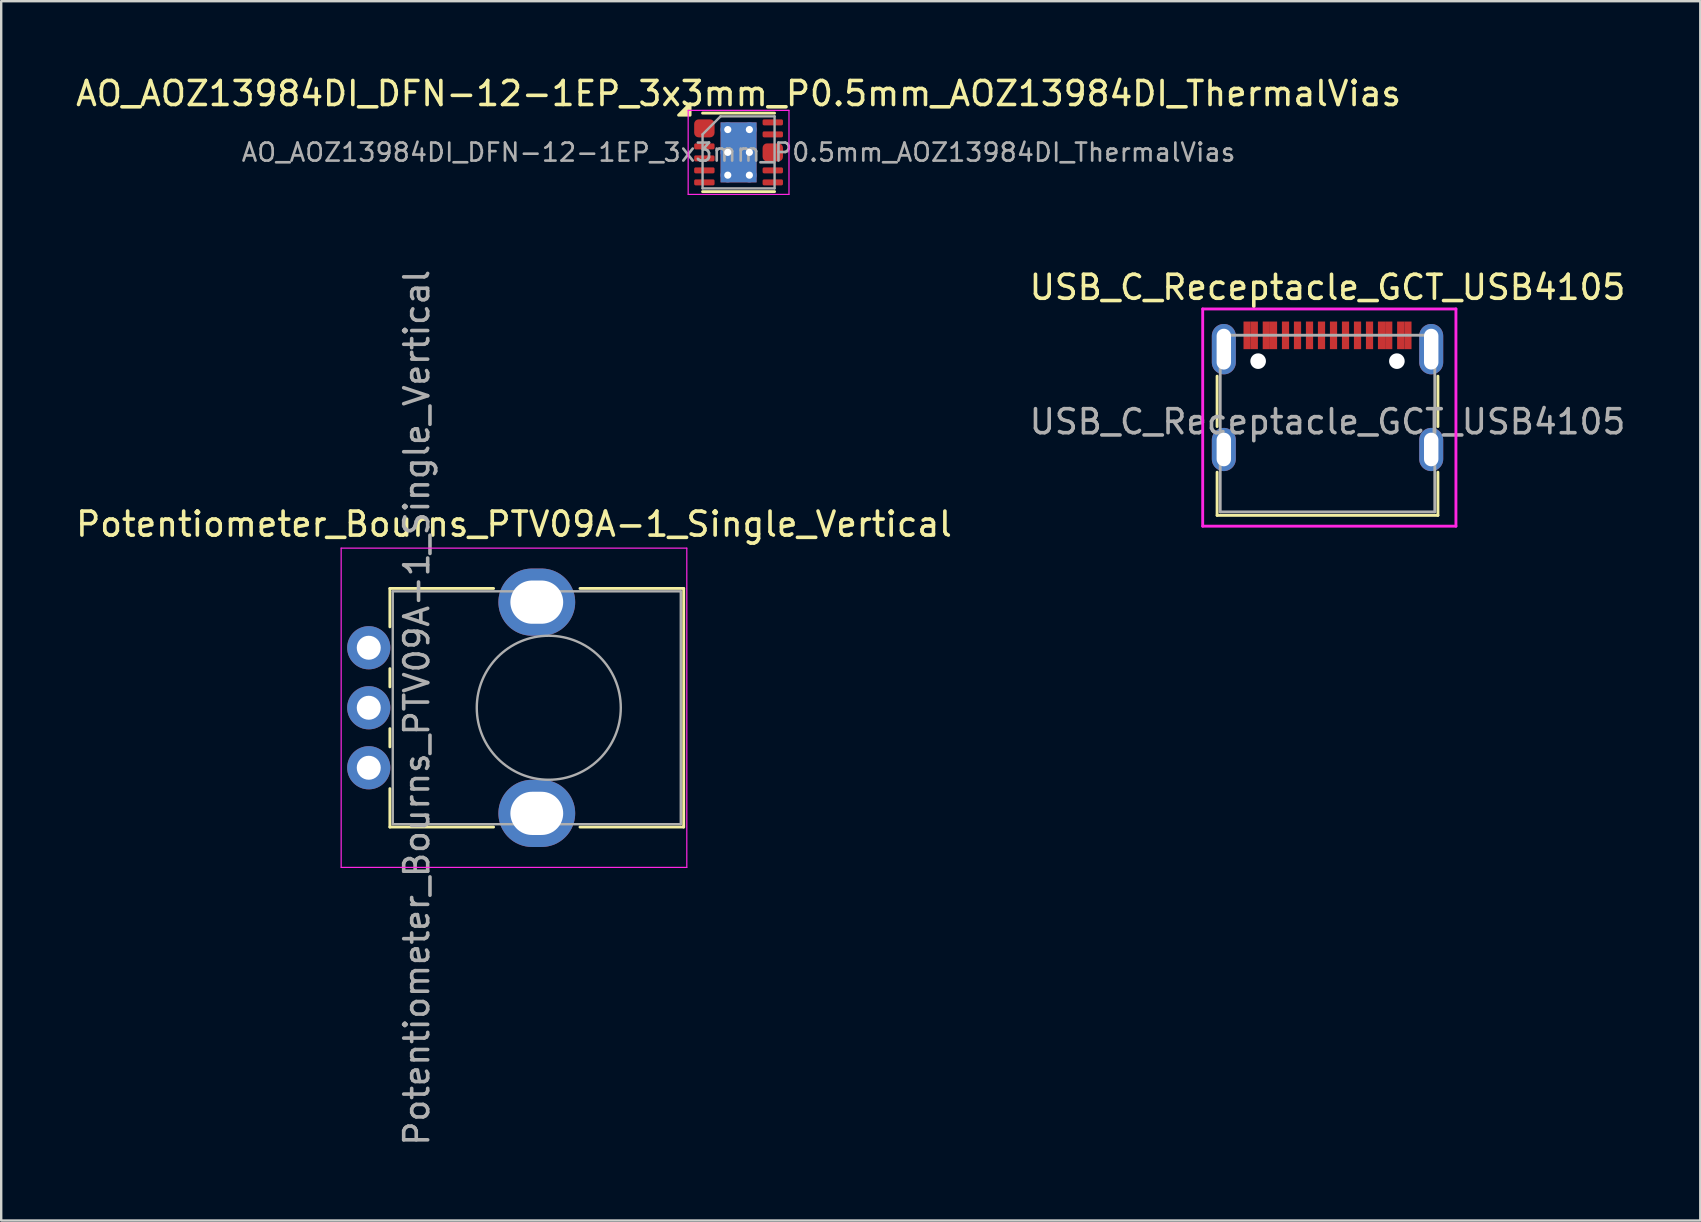
<source format=kicad_pcb>
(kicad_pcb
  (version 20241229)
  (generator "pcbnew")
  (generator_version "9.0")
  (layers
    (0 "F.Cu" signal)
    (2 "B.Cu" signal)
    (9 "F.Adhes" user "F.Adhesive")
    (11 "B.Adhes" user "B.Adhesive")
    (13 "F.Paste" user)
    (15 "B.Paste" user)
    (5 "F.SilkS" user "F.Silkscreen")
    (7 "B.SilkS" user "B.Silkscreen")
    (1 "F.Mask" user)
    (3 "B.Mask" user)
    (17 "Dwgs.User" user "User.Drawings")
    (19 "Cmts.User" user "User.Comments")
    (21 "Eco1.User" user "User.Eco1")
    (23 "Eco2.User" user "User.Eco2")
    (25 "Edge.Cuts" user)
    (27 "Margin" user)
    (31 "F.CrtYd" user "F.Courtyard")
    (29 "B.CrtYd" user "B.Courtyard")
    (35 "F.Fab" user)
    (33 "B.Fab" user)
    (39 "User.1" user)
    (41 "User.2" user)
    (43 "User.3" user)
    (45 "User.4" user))
  (footprint "USB_C_Receptacle_GCT_USB4105"
    (layer "F.Cu")
    (at 52.256 10.921)
    (property "Reference" "USB_C_Receptacle_GCT_USB4105" (at 0 3.6 0) (layer "F.Fab") (effects (font (size 1 1) (thickness 0.15))))
    (attr through_hole)
    (fp_line (start -4.6 1.7) (end -4.6 3.8) (stroke (width 0.12) (type solid)) (layer "F.SilkS"))
    (fp_line (start -4.6 7.5) (end -4.6 5.7) (stroke (width 0.12) (type solid)) (layer "F.SilkS"))
    (fp_line (start -4.6 7.5) (end 4.6 7.5) (stroke (width 0.12) (type solid)) (layer "F.SilkS"))
    (fp_line (start 4.6 3.8) (end 4.6 1.7) (stroke (width 0.12) (type solid)) (layer "F.SilkS"))
    (fp_line (start 4.6 7.5) (end 4.6 5.7) (stroke (width 0.12) (type solid)) (layer "F.SilkS"))
    (fp_line (start -5.2 -1.1) (end 5.35 -1.1) (stroke (width 0.12) (type solid)) (layer "F.CrtYd"))
    (fp_line (start -5.2 7.95) (end -5.2 -1.1) (stroke (width 0.12) (type solid)) (layer "F.CrtYd"))
    (fp_line (start 5.35 -1.1) (end 5.35 7.95) (stroke (width 0.12) (type solid)) (layer "F.CrtYd"))
    (fp_line (start 5.35 7.95) (end -5.2 7.95) (stroke (width 0.12) (type solid)) (layer "F.CrtYd"))
    (fp_line (start -4.47 -0.005) (end -4.47 7.35) (stroke (width 0.12) (type solid)) (layer "F.Fab"))
    (fp_line (start -4.47 -0.005) (end 4.47 -0.005) (stroke (width 0.12) (type solid)) (layer "F.Fab"))
    (fp_line (start -4.47 7.355) (end 4.47 7.355) (stroke (width 0.12) (type solid)) (layer "F.Fab"))
    (fp_line (start 4.47 -0.005) (end 4.47 7.35) (stroke (width 0.12) (type solid)) (layer "F.Fab"))
    (fp_text user "${REFERENCE}" (at 0 -2 0) (layer "F.SilkS") (effects (font (size 1 1) (thickness 0.15))))
    (pad "" np_thru_hole circle (at -2.89 1.075) (size 0.65 0.65) (drill 0.65) (layers "*.Cu" "*.Mask"))
    (pad "" np_thru_hole circle (at 2.89 1.075) (size 0.65 0.65) (drill 0.65) (layers "*.Cu" "*.Mask"))
    (pad "A1" smd rect (at -3.35 0) (size 0.3 1.15) (layers "F.Cu" "F.Mask" "F.Paste"))
    (pad "A4" smd rect (at -2.55 0) (size 0.3 1.15) (layers "F.Cu" "F.Mask" "F.Paste"))
    (pad "A5" smd rect (at -1.25 0) (size 0.3 1.15) (layers "F.Cu" "F.Mask" "F.Paste"))
    (pad "A6" smd rect (at -0.25 0) (size 0.3 1.15) (layers "F.Cu" "F.Mask" "F.Paste"))
    (pad "A7" smd rect (at 0.25 0) (size 0.3 1.15) (layers "F.Cu" "F.Mask" "F.Paste"))
    (pad "A8" smd rect (at 1.25 0) (size 0.3 1.15) (layers "F.Cu" "F.Mask" "F.Paste"))
    (pad "A9" smd rect (at 2.55 0) (size 0.3 1.15) (layers "F.Cu" "F.Mask" "F.Paste"))
    (pad "A12" smd rect (at 3.35 0) (size 0.3 1.15) (layers "F.Cu" "F.Mask" "F.Paste"))
    (pad "B1" smd rect (at 3.05 0) (size 0.3 1.15) (layers "F.Cu" "F.Mask" "F.Paste"))
    (pad "B4" smd rect (at 2.25 0) (size 0.3 1.15) (layers "F.Cu" "F.Mask" "F.Paste"))
    (pad "B5" smd rect (at 1.75 0) (size 0.3 1.15) (layers "F.Cu" "F.Mask" "F.Paste"))
    (pad "B6" smd rect (at 0.75 0) (size 0.3 1.15) (layers "F.Cu" "F.Mask" "F.Paste"))
    (pad "B7" smd rect (at -0.75 0) (size 0.3 1.15) (layers "F.Cu" "F.Mask" "F.Paste"))
    (pad "B8" smd rect (at -1.75 0) (size 0.3 1.15) (layers "F.Cu" "F.Mask" "F.Paste"))
    (pad "B9" smd rect (at -2.25 0) (size 0.3 1.15) (layers "F.Cu" "F.Mask" "F.Paste"))
    (pad "B12" smd rect (at -3.05 0) (size 0.3 1.15) (layers "F.Cu" "F.Mask" "F.Paste"))
    (pad "S1" thru_hole oval (at -4.32 0.575) (size 1 2.1) (drill oval 0.6 1.7) (layers "*.Cu" "*.Mask"))
    (pad "S1" thru_hole oval (at -4.32 4.755) (size 1 1.8) (drill oval 0.6 1.4) (layers "*.Cu" "*.Mask"))
    (pad "S1" thru_hole oval (at 4.32 0.575) (size 1 2.1) (drill oval 0.6 1.7) (layers "*.Cu" "*.Mask"))
    (pad "S1" thru_hole oval (at 4.32 4.755) (size 1 1.8) (drill oval 0.6 1.4) (layers "*.Cu" "*.Mask")))
  (footprint "AO_AOZ13984DI_DFN-12-1EP_3x3mm_P0.5mm_AOZ13984DI_ThermalVias"
    (layer "F.Cu")
    (at 27.72 3.298)
    (property "Reference" "AO_AOZ13984DI_DFN-12-1EP_3x3mm_P0.5mm_AOZ13984DI_ThermalVias" (at 0 -2.45 0) (layer "F.SilkS") (effects (font (size 1 1) (thickness 0.15))))
    (attr smd)
    (fp_line (start -1.5 -1.635) (end 1.5 -1.635) (stroke (width 0.12) (type solid)) (layer "F.SilkS"))
    (fp_line (start -1.5 1.635) (end 1.5 1.635) (stroke (width 0.12) (type solid)) (layer "F.SilkS"))
    (fp_poly (pts (xy -2.02 -1.55) (xy -2.5 -1.55) (xy -2.02 -2.03) (xy -2.02 -1.55)) (stroke (width 0.12) (type solid)) (fill yes) (layer "F.SilkS"))
    (fp_line (start -2.1 -1.75) (end -2.1 1.75) (stroke (width 0.05) (type solid)) (layer "F.CrtYd"))
    (fp_line (start -2.1 1.75) (end 2.1 1.75) (stroke (width 0.05) (type solid)) (layer "F.CrtYd"))
    (fp_line (start 2.1 -1.75) (end -2.1 -1.75) (stroke (width 0.05) (type solid)) (layer "F.CrtYd"))
    (fp_line (start 2.1 1.75) (end 2.1 -1.75) (stroke (width 0.05) (type solid)) (layer "F.CrtYd"))
    (fp_line (start -1.5 -0.75) (end -0.75 -1.5) (stroke (width 0.1) (type solid)) (layer "F.Fab"))
    (fp_line (start -1.5 1.5) (end -1.5 -0.75) (stroke (width 0.1) (type solid)) (layer "F.Fab"))
    (fp_line (start -0.75 -1.5) (end 1.5 -1.5) (stroke (width 0.1) (type solid)) (layer "F.Fab"))
    (fp_line (start 1.5 -1.5) (end 1.5 1.5) (stroke (width 0.1) (type solid)) (layer "F.Fab"))
    (fp_line (start 1.5 1.5) (end -1.5 1.5) (stroke (width 0.1) (type solid)) (layer "F.Fab"))
    (fp_text user "${REFERENCE}" (at 0 0 0) (layer "F.Fab") (effects (font (size 0.75 0.75) (thickness 0.11))))
    (pad "" smd roundrect (at -0.4 -0.625) (size 0.64 1.01) (layers "F.Paste") (roundrect_rratio 0.25))
    (pad "" smd roundrect (at -0.4 0.625) (size 0.64 1.01) (layers "F.Paste") (roundrect_rratio 0.25))
    (pad "" smd roundrect (at 0.4 -0.625) (size 0.64 1.01) (layers "F.Paste") (roundrect_rratio 0.25))
    (pad "" smd roundrect (at 0.4 0.625) (size 0.64 1.01) (layers "F.Paste") (roundrect_rratio 0.25))
    (pad "1,2" smd roundrect (at -1.425 -1) (size 0.85 0.75) (layers "F.Cu" "F.Mask" "F.Paste") (roundrect_rratio 0.25))
    (pad "3" smd roundrect (at -1.425 -0.25) (size 0.85 0.25) (layers "F.Cu" "F.Mask" "F.Paste") (roundrect_rratio 0.25))
    (pad "4" smd roundrect (at -1.425 0.25) (size 0.85 0.25) (layers "F.Cu" "F.Mask" "F.Paste") (roundrect_rratio 0.25))
    (pad "5" smd roundrect (at -1.425 0.75) (size 0.85 0.25) (layers "F.Cu" "F.Mask" "F.Paste") (roundrect_rratio 0.25))
    (pad "6" smd roundrect (at -1.425 1.25) (size 0.85 0.25) (layers "F.Cu" "F.Mask" "F.Paste") (roundrect_rratio 0.25))
    (pad "7" smd roundrect (at 1.425 1.25) (size 0.85 0.25) (layers "F.Cu" "F.Mask" "F.Paste") (roundrect_rratio 0.25))
    (pad "8" smd roundrect (at 1.425 0.75) (size 0.85 0.25) (layers "F.Cu" "F.Mask" "F.Paste") (roundrect_rratio 0.25))
    (pad "9,10" smd roundrect (at 1.425 0) (size 0.85 0.75) (layers "F.Cu" "F.Mask" "F.Paste") (roundrect_rratio 0.25))
    (pad "11" smd roundrect (at 1.425 -0.75) (size 0.85 0.25) (layers "F.Cu" "F.Mask" "F.Paste") (roundrect_rratio 0.25))
    (pad "12" smd roundrect (at 1.425 -1.25) (size 0.85 0.25) (layers "F.Cu" "F.Mask" "F.Paste") (roundrect_rratio 0.25))
    (pad "EXP" thru_hole circle (at -0.45 -0.95) (size 0.6 0.6) (drill 0.3) (property pad_prop_heatsink) (layers "*.Cu"))
    (pad "EXP" thru_hole circle (at -0.45 0) (size 0.6 0.6) (drill 0.3) (property pad_prop_heatsink) (layers "*.Cu"))
    (pad "EXP" thru_hole circle (at -0.45 0.95) (size 0.6 0.6) (drill 0.3) (property pad_prop_heatsink) (layers "*.Cu"))
    (pad "EXP" smd rect (at 0 0) (size 1.5 2.5) (property pad_prop_heatsink) (layers "F.Cu" "F.Mask"))
    (pad "EXP" smd rect (at 0 0) (size 1.5 2.5) (property pad_prop_heatsink) (layers "B.Cu"))
    (pad "EXP" thru_hole circle (at 0.45 -0.95) (size 0.6 0.6) (drill 0.3) (property pad_prop_heatsink) (layers "*.Cu"))
    (pad "EXP" thru_hole circle (at 0.45 0) (size 0.6 0.6) (drill 0.3) (property pad_prop_heatsink) (layers "*.Cu"))
    (pad "EXP" thru_hole circle (at 0.45 0.95) (size 0.6 0.6) (drill 0.3) (property pad_prop_heatsink) (layers "*.Cu")))
  (footprint "Potentiometer_Bourns_PTV09A-1_Single_Vertical"
    (layer "F.Cu")
    (at 12.313 28.936)
    (property "Reference" "Potentiometer_Bourns_PTV09A-1_Single_Vertical" (at 6.05 -10.15 0) (layer "F.SilkS") (effects (font (size 1 1) (thickness 0.15))))
    (attr through_hole)
    (fp_line (start 0.88 -7.47) (end 0.88 -5.871) (stroke (width 0.12) (type solid)) (layer "F.SilkS"))
    (fp_line (start 0.88 -7.47) (end 5.2 -7.47) (stroke (width 0.12) (type solid)) (layer "F.SilkS"))
    (fp_line (start 0.88 -4.129) (end 0.88 -3.37) (stroke (width 0.12) (type solid)) (layer "F.SilkS"))
    (fp_line (start 0.88 -1.629) (end 0.88 -0.87) (stroke (width 0.12) (type solid)) (layer "F.SilkS"))
    (fp_line (start 0.88 0.87) (end 0.88 2.47) (stroke (width 0.12) (type solid)) (layer "F.SilkS"))
    (fp_line (start 0.88 2.47) (end 5.2 2.47) (stroke (width 0.12) (type solid)) (layer "F.SilkS"))
    (fp_line (start 8.8 -7.47) (end 13.12 -7.47) (stroke (width 0.12) (type solid)) (layer "F.SilkS"))
    (fp_line (start 8.8 2.47) (end 13.12 2.47) (stroke (width 0.12) (type solid)) (layer "F.SilkS"))
    (fp_line (start 13.12 -7.47) (end 13.12 2.47) (stroke (width 0.12) (type solid)) (layer "F.SilkS"))
    (fp_line (start -1.15 -9.15) (end -1.15 4.15) (stroke (width 0.05) (type solid)) (layer "F.CrtYd"))
    (fp_line (start -1.15 4.15) (end 13.25 4.15) (stroke (width 0.05) (type solid)) (layer "F.CrtYd"))
    (fp_line (start 13.25 -9.15) (end -1.15 -9.15) (stroke (width 0.05) (type solid)) (layer "F.CrtYd"))
    (fp_line (start 13.25 4.15) (end 13.25 -9.15) (stroke (width 0.05) (type solid)) (layer "F.CrtYd"))
    (fp_line (start 1 -7.35) (end 1 2.35) (stroke (width 0.1) (type solid)) (layer "F.Fab"))
    (fp_line (start 1 2.35) (end 13 2.35) (stroke (width 0.1) (type solid)) (layer "F.Fab"))
    (fp_line (start 13 -7.35) (end 1 -7.35) (stroke (width 0.1) (type solid)) (layer "F.Fab"))
    (fp_line (start 13 2.35) (end 13 -7.35) (stroke (width 0.1) (type solid)) (layer "F.Fab"))
    (fp_circle (center 7.5 -2.5) (end 10.5 -2.5) (stroke (width 0.1) (type solid)) (fill no) (layer "F.Fab"))
    (fp_text user "${REFERENCE}" (at 2 -2.5 90) (layer "F.Fab") (effects (font (size 1 1) (thickness 0.15))))
    (pad "" thru_hole oval (at 7 -6.9) (size 3.2 2.8) (drill oval 2.2 1.8) (layers "*.Cu" "*.Mask"))
    (pad "1" thru_hole circle (at 0 0) (size 1.8 1.8) (drill 1) (layers "*.Cu" "*.Mask"))
    (pad "2" thru_hole circle (at 0 -2.5) (size 1.8 1.8) (drill 1) (layers "*.Cu" "*.Mask"))
    (pad "3" thru_hole circle (at 0 -5) (size 1.8 1.8) (drill 1) (layers "*.Cu" "*.Mask"))
    (pad "MP" thru_hole oval (at 7 1.9) (size 3.2 2.8) (drill oval 2.2 1.8) (layers "*.Cu" "*.Mask")))
  (gr_rect
    (start -3 -3)
    (end 67.786 47.799)
    (stroke (width 0.1) (type default))
    (fill no)
    (layer "Edge.Cuts")))
</source>
